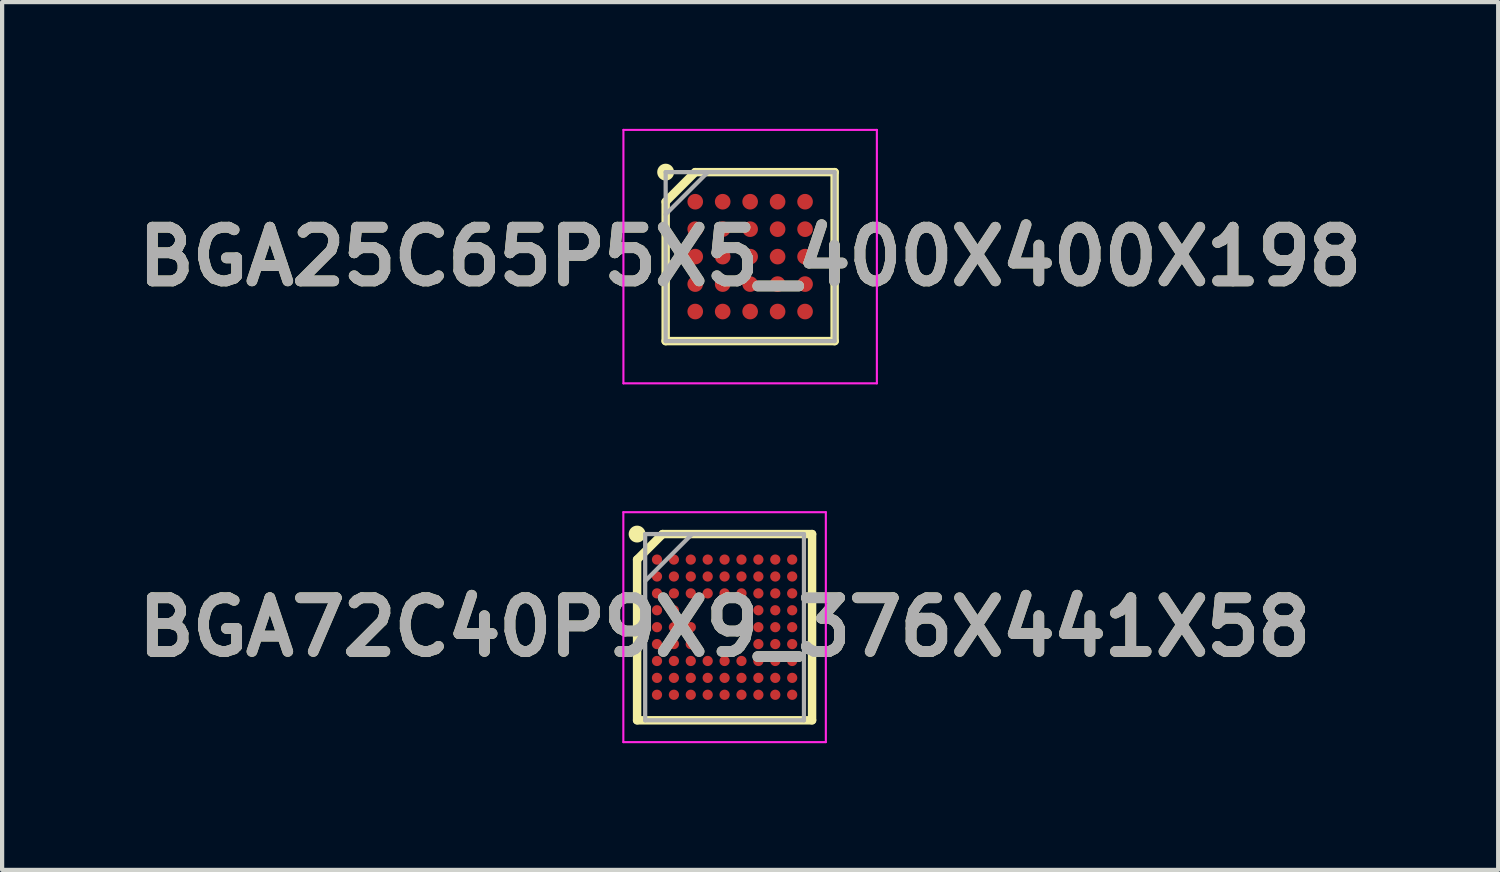
<source format=kicad_pcb>
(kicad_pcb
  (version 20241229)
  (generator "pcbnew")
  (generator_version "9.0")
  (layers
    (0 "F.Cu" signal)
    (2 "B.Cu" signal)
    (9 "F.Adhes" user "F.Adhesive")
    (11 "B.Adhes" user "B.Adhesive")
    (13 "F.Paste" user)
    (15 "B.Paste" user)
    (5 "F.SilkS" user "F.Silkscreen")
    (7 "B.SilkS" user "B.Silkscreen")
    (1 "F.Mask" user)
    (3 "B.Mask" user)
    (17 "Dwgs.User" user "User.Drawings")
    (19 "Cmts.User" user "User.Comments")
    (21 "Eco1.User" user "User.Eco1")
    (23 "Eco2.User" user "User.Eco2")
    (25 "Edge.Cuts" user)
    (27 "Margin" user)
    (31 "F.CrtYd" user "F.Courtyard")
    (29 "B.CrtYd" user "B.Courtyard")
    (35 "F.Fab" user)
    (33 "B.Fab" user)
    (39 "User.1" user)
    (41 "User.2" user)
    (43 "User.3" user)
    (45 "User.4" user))
  (footprint "BGA25C65P5X5_400X400X198"
    (layer "F.Cu")
    (at 14.708 3.025)
    (property "Reference" "BGA25C65P5X5_400X400X198" (at 0 0 0) (layer "F.SilkS") (effects (font (size 1.27 1.27) (thickness 0.254))))
    (attr smd)
    (fp_line (start -2 -1.3) (end -1.3 -2) (stroke (width 0.2) (type solid)) (layer "F.SilkS"))
    (fp_line (start -2 2) (end -2 -1.3) (stroke (width 0.2) (type solid)) (layer "F.SilkS"))
    (fp_line (start -1.3 -2) (end 2 -2) (stroke (width 0.2) (type solid)) (layer "F.SilkS"))
    (fp_line (start 2 -2) (end 2 2) (stroke (width 0.2) (type solid)) (layer "F.SilkS"))
    (fp_line (start 2 2) (end -2 2) (stroke (width 0.2) (type solid)) (layer "F.SilkS"))
    (fp_circle (center -2 -2) (end -2 -1.9) (stroke (width 0.2) (type solid)) (fill no) (layer "F.SilkS"))
    (fp_line (start -3 -3) (end 3 -3) (stroke (width 0.05) (type solid)) (layer "F.CrtYd"))
    (fp_line (start -3 3) (end -3 -3) (stroke (width 0.05) (type solid)) (layer "F.CrtYd"))
    (fp_line (start 3 -3) (end 3 3) (stroke (width 0.05) (type solid)) (layer "F.CrtYd"))
    (fp_line (start 3 3) (end -3 3) (stroke (width 0.05) (type solid)) (layer "F.CrtYd"))
    (fp_line (start -2 -2) (end 2 -2) (stroke (width 0.1) (type solid)) (layer "F.Fab"))
    (fp_line (start -2 -1) (end -1 -2) (stroke (width 0.1) (type solid)) (layer "F.Fab"))
    (fp_line (start -2 2) (end -2 -2) (stroke (width 0.1) (type solid)) (layer "F.Fab"))
    (fp_line (start 2 -2) (end 2 2) (stroke (width 0.1) (type solid)) (layer "F.Fab"))
    (fp_line (start 2 2) (end -2 2) (stroke (width 0.1) (type solid)) (layer "F.Fab"))
    (fp_text user "${REFERENCE}" (at 0 0 0) (layer "F.Fab") (effects (font (size 1.27 1.27) (thickness 0.254))))
    (pad "A1" smd circle (at -1.3 -1.3 90) (size 0.37 0.37) (layers "F.Cu" "F.Mask" "F.Paste"))
    (pad "A2" smd circle (at -0.65 -1.3 90) (size 0.37 0.37) (layers "F.Cu" "F.Mask" "F.Paste"))
    (pad "A3" smd circle (at 0 -1.3 90) (size 0.37 0.37) (layers "F.Cu" "F.Mask" "F.Paste"))
    (pad "A4" smd circle (at 0.65 -1.3 90) (size 0.37 0.37) (layers "F.Cu" "F.Mask" "F.Paste"))
    (pad "A5" smd circle (at 1.3 -1.3 90) (size 0.37 0.37) (layers "F.Cu" "F.Mask" "F.Paste"))
    (pad "B1" smd circle (at -1.3 -0.65 90) (size 0.37 0.37) (layers "F.Cu" "F.Mask" "F.Paste"))
    (pad "B2" smd circle (at -0.65 -0.65 90) (size 0.37 0.37) (layers "F.Cu" "F.Mask" "F.Paste"))
    (pad "B3" smd circle (at 0 -0.65 90) (size 0.37 0.37) (layers "F.Cu" "F.Mask" "F.Paste"))
    (pad "B4" smd circle (at 0.65 -0.65 90) (size 0.37 0.37) (layers "F.Cu" "F.Mask" "F.Paste"))
    (pad "B5" smd circle (at 1.3 -0.65 90) (size 0.37 0.37) (layers "F.Cu" "F.Mask" "F.Paste"))
    (pad "C1" smd circle (at -1.3 0 90) (size 0.37 0.37) (layers "F.Cu" "F.Mask" "F.Paste"))
    (pad "C2" smd circle (at -0.65 0 90) (size 0.37 0.37) (layers "F.Cu" "F.Mask" "F.Paste"))
    (pad "C3" smd circle (at 0 0 90) (size 0.37 0.37) (layers "F.Cu" "F.Mask" "F.Paste"))
    (pad "C4" smd circle (at 0.65 0 90) (size 0.37 0.37) (layers "F.Cu" "F.Mask" "F.Paste"))
    (pad "C5" smd circle (at 1.3 0 90) (size 0.37 0.37) (layers "F.Cu" "F.Mask" "F.Paste"))
    (pad "D1" smd circle (at -1.3 0.65 90) (size 0.37 0.37) (layers "F.Cu" "F.Mask" "F.Paste"))
    (pad "D2" smd circle (at -0.65 0.65 90) (size 0.37 0.37) (layers "F.Cu" "F.Mask" "F.Paste"))
    (pad "D3" smd circle (at 0 0.65 90) (size 0.37 0.37) (layers "F.Cu" "F.Mask" "F.Paste"))
    (pad "D4" smd circle (at 0.65 0.65 90) (size 0.37 0.37) (layers "F.Cu" "F.Mask" "F.Paste"))
    (pad "D5" smd circle (at 1.3 0.65 90) (size 0.37 0.37) (layers "F.Cu" "F.Mask" "F.Paste"))
    (pad "E1" smd circle (at -1.3 1.3 90) (size 0.37 0.37) (layers "F.Cu" "F.Mask" "F.Paste"))
    (pad "E2" smd circle (at -0.65 1.3 90) (size 0.37 0.37) (layers "F.Cu" "F.Mask" "F.Paste"))
    (pad "E3" smd circle (at 0 1.3 90) (size 0.37 0.37) (layers "F.Cu" "F.Mask" "F.Paste"))
    (pad "E4" smd circle (at 0.65 1.3 90) (size 0.37 0.37) (layers "F.Cu" "F.Mask" "F.Paste"))
    (pad "E5" smd circle (at 1.3 1.3 90) (size 0.37 0.37) (layers "F.Cu" "F.Mask" "F.Paste")))
  (footprint "BGA72C40P9X9_376X441X58"
    (layer "F.Cu")
    (at 14.103 11.797)
    (property "Reference" "BGA72C40P9X9_376X441X58" (at 0 0 0) (layer "F.SilkS") (effects (font (size 1.27 1.27) (thickness 0.254))))
    (attr smd)
    (fp_line (start -2.071 -1.6) (end -1.467 -2.204) (stroke (width 0.2) (type solid)) (layer "F.SilkS"))
    (fp_line (start -2.071 2.204) (end -2.071 -1.6) (stroke (width 0.2) (type solid)) (layer "F.SilkS"))
    (fp_line (start -1.467 -2.204) (end 2.071 -2.204) (stroke (width 0.2) (type solid)) (layer "F.SilkS"))
    (fp_line (start 2.071 -2.204) (end 2.071 2.204) (stroke (width 0.2) (type solid)) (layer "F.SilkS"))
    (fp_line (start 2.071 2.204) (end -2.071 2.204) (stroke (width 0.2) (type solid)) (layer "F.SilkS"))
    (fp_circle (center -2.071 -2.204) (end -2.071 -2.104) (stroke (width 0.2) (type solid)) (fill no) (layer "F.SilkS"))
    (fp_line (start -2.397 -2.722) (end 2.397 -2.722) (stroke (width 0.05) (type solid)) (layer "F.CrtYd"))
    (fp_line (start -2.397 2.721) (end -2.397 -2.722) (stroke (width 0.05) (type solid)) (layer "F.CrtYd"))
    (fp_line (start 2.397 -2.722) (end 2.397 2.721) (stroke (width 0.05) (type solid)) (layer "F.CrtYd"))
    (fp_line (start 2.397 2.721) (end -2.397 2.721) (stroke (width 0.05) (type solid)) (layer "F.CrtYd"))
    (fp_line (start -1.88 -2.204) (end 1.879 -2.204) (stroke (width 0.1) (type solid)) (layer "F.Fab"))
    (fp_line (start -1.88 -1.093) (end -0.769 -2.204) (stroke (width 0.1) (type solid)) (layer "F.Fab"))
    (fp_line (start -1.88 2.204) (end -1.88 -2.204) (stroke (width 0.1) (type solid)) (layer "F.Fab"))
    (fp_line (start 1.879 -2.204) (end 1.879 2.204) (stroke (width 0.1) (type solid)) (layer "F.Fab"))
    (fp_line (start 1.879 2.204) (end -1.88 2.204) (stroke (width 0.1) (type solid)) (layer "F.Fab"))
    (fp_text user "${REFERENCE}" (at 0 0 0) (layer "F.Fab") (effects (font (size 1.27 1.27) (thickness 0.254))))
    (pad "A1" smd circle (at -1.6 -1.6 90) (size 0.242 0.242) (layers "F.Cu" "F.Mask" "F.Paste"))
    (pad "A2" smd circle (at -1.2 -1.6 90) (size 0.242 0.242) (layers "F.Cu" "F.Mask" "F.Paste"))
    (pad "A3" smd circle (at -0.8 -1.6 90) (size 0.242 0.242) (layers "F.Cu" "F.Mask" "F.Paste"))
    (pad "A4" smd circle (at -0.4 -1.6 90) (size 0.242 0.242) (layers "F.Cu" "F.Mask" "F.Paste"))
    (pad "A5" smd circle (at 0 -1.6 90) (size 0.242 0.242) (layers "F.Cu" "F.Mask" "F.Paste"))
    (pad "A6" smd circle (at 0.4 -1.6 90) (size 0.242 0.242) (layers "F.Cu" "F.Mask" "F.Paste"))
    (pad "A7" smd circle (at 0.8 -1.6 90) (size 0.242 0.242) (layers "F.Cu" "F.Mask" "F.Paste"))
    (pad "A8" smd circle (at 1.2 -1.6 90) (size 0.242 0.242) (layers "F.Cu" "F.Mask" "F.Paste"))
    (pad "A9" smd circle (at 1.6 -1.6 90) (size 0.242 0.242) (layers "F.Cu" "F.Mask" "F.Paste"))
    (pad "B1" smd circle (at -1.6 -1.2 90) (size 0.242 0.242) (layers "F.Cu" "F.Mask" "F.Paste"))
    (pad "B2" smd circle (at -1.2 -1.2 90) (size 0.242 0.242) (layers "F.Cu" "F.Mask" "F.Paste"))
    (pad "B3" smd circle (at -0.8 -1.2 90) (size 0.242 0.242) (layers "F.Cu" "F.Mask" "F.Paste"))
    (pad "B4" smd circle (at -0.4 -1.2 90) (size 0.242 0.242) (layers "F.Cu" "F.Mask" "F.Paste"))
    (pad "B5" smd circle (at 0 -1.2 90) (size 0.242 0.242) (layers "F.Cu" "F.Mask" "F.Paste"))
    (pad "B6" smd circle (at 0.4 -1.2 90) (size 0.242 0.242) (layers "F.Cu" "F.Mask" "F.Paste"))
    (pad "B7" smd circle (at 0.8 -1.2 90) (size 0.242 0.242) (layers "F.Cu" "F.Mask" "F.Paste"))
    (pad "B8" smd circle (at 1.2 -1.2 90) (size 0.242 0.242) (layers "F.Cu" "F.Mask" "F.Paste"))
    (pad "B9" smd circle (at 1.6 -1.2 90) (size 0.242 0.242) (layers "F.Cu" "F.Mask" "F.Paste"))
    (pad "C1" smd circle (at -1.6 -0.8 90) (size 0.242 0.242) (layers "F.Cu" "F.Mask" "F.Paste"))
    (pad "C2" smd circle (at -1.2 -0.8 90) (size 0.242 0.242) (layers "F.Cu" "F.Mask" "F.Paste"))
    (pad "C3" smd circle (at -0.8 -0.8 90) (size 0.242 0.242) (layers "F.Cu" "F.Mask" "F.Paste"))
    (pad "C4" smd circle (at -0.4 -0.8 90) (size 0.242 0.242) (layers "F.Cu" "F.Mask" "F.Paste"))
    (pad "C5" smd circle (at 0 -0.8 90) (size 0.242 0.242) (layers "F.Cu" "F.Mask" "F.Paste"))
    (pad "C6" smd circle (at 0.4 -0.8 90) (size 0.242 0.242) (layers "F.Cu" "F.Mask" "F.Paste"))
    (pad "C7" smd circle (at 0.8 -0.8 90) (size 0.242 0.242) (layers "F.Cu" "F.Mask" "F.Paste"))
    (pad "C8" smd circle (at 1.2 -0.8 90) (size 0.242 0.242) (layers "F.Cu" "F.Mask" "F.Paste"))
    (pad "C9" smd circle (at 1.6 -0.8 90) (size 0.242 0.242) (layers "F.Cu" "F.Mask" "F.Paste"))
    (pad "D1" smd circle (at -1.6 -0.4 90) (size 0.242 0.242) (layers "F.Cu" "F.Mask" "F.Paste"))
    (pad "D2" smd circle (at -1.2 -0.4 90) (size 0.242 0.242) (layers "F.Cu" "F.Mask" "F.Paste"))
    (pad "D3" smd circle (at -0.8 -0.4 90) (size 0.242 0.242) (layers "F.Cu" "F.Mask" "F.Paste"))
    (pad "D7" smd circle (at 0.8 -0.4 90) (size 0.242 0.242) (layers "F.Cu" "F.Mask" "F.Paste"))
    (pad "D8" smd circle (at 1.2 -0.4 90) (size 0.242 0.242) (layers "F.Cu" "F.Mask" "F.Paste"))
    (pad "D9" smd circle (at 1.6 -0.4 90) (size 0.242 0.242) (layers "F.Cu" "F.Mask" "F.Paste"))
    (pad "E1" smd circle (at -1.6 0 90) (size 0.242 0.242) (layers "F.Cu" "F.Mask" "F.Paste"))
    (pad "E2" smd circle (at -1.2 0 90) (size 0.242 0.242) (layers "F.Cu" "F.Mask" "F.Paste"))
    (pad "E3" smd circle (at -0.8 0 90) (size 0.242 0.242) (layers "F.Cu" "F.Mask" "F.Paste"))
    (pad "E7" smd circle (at 0.8 0 90) (size 0.242 0.242) (layers "F.Cu" "F.Mask" "F.Paste"))
    (pad "E8" smd circle (at 1.2 0 90) (size 0.242 0.242) (layers "F.Cu" "F.Mask" "F.Paste"))
    (pad "E9" smd circle (at 1.6 0 90) (size 0.242 0.242) (layers "F.Cu" "F.Mask" "F.Paste"))
    (pad "F1" smd circle (at -1.6 0.4 90) (size 0.242 0.242) (layers "F.Cu" "F.Mask" "F.Paste"))
    (pad "F2" smd circle (at -1.2 0.4 90) (size 0.242 0.242) (layers "F.Cu" "F.Mask" "F.Paste"))
    (pad "F3" smd circle (at -0.8 0.4 90) (size 0.242 0.242) (layers "F.Cu" "F.Mask" "F.Paste"))
    (pad "F7" smd circle (at 0.8 0.4 90) (size 0.242 0.242) (layers "F.Cu" "F.Mask" "F.Paste"))
    (pad "F8" smd circle (at 1.2 0.4 90) (size 0.242 0.242) (layers "F.Cu" "F.Mask" "F.Paste"))
    (pad "F9" smd circle (at 1.6 0.4 90) (size 0.242 0.242) (layers "F.Cu" "F.Mask" "F.Paste"))
    (pad "G1" smd circle (at -1.6 0.8 90) (size 0.242 0.242) (layers "F.Cu" "F.Mask" "F.Paste"))
    (pad "G2" smd circle (at -1.2 0.8 90) (size 0.242 0.242) (layers "F.Cu" "F.Mask" "F.Paste"))
    (pad "G3" smd circle (at -0.8 0.8 90) (size 0.242 0.242) (layers "F.Cu" "F.Mask" "F.Paste"))
    (pad "G4" smd circle (at -0.4 0.8 90) (size 0.242 0.242) (layers "F.Cu" "F.Mask" "F.Paste"))
    (pad "G5" smd circle (at 0 0.8 90) (size 0.242 0.242) (layers "F.Cu" "F.Mask" "F.Paste"))
    (pad "G6" smd circle (at 0.4 0.8 90) (size 0.242 0.242) (layers "F.Cu" "F.Mask" "F.Paste"))
    (pad "G7" smd circle (at 0.8 0.8 90) (size 0.242 0.242) (layers "F.Cu" "F.Mask" "F.Paste"))
    (pad "G8" smd circle (at 1.2 0.8 90) (size 0.242 0.242) (layers "F.Cu" "F.Mask" "F.Paste"))
    (pad "G9" smd circle (at 1.6 0.8 90) (size 0.242 0.242) (layers "F.Cu" "F.Mask" "F.Paste"))
    (pad "H1" smd circle (at -1.6 1.2 90) (size 0.242 0.242) (layers "F.Cu" "F.Mask" "F.Paste"))
    (pad "H2" smd circle (at -1.2 1.2 90) (size 0.242 0.242) (layers "F.Cu" "F.Mask" "F.Paste"))
    (pad "H3" smd circle (at -0.8 1.2 90) (size 0.242 0.242) (layers "F.Cu" "F.Mask" "F.Paste"))
    (pad "H4" smd circle (at -0.4 1.2 90) (size 0.242 0.242) (layers "F.Cu" "F.Mask" "F.Paste"))
    (pad "H5" smd circle (at 0 1.2 90) (size 0.242 0.242) (layers "F.Cu" "F.Mask" "F.Paste"))
    (pad "H6" smd circle (at 0.4 1.2 90) (size 0.242 0.242) (layers "F.Cu" "F.Mask" "F.Paste"))
    (pad "H7" smd circle (at 0.8 1.2 90) (size 0.242 0.242) (layers "F.Cu" "F.Mask" "F.Paste"))
    (pad "H8" smd circle (at 1.2 1.2 90) (size 0.242 0.242) (layers "F.Cu" "F.Mask" "F.Paste"))
    (pad "H9" smd circle (at 1.6 1.2 90) (size 0.242 0.242) (layers "F.Cu" "F.Mask" "F.Paste"))
    (pad "J1" smd circle (at -1.6 1.6 90) (size 0.242 0.242) (layers "F.Cu" "F.Mask" "F.Paste"))
    (pad "J2" smd circle (at -1.2 1.6 90) (size 0.242 0.242) (layers "F.Cu" "F.Mask" "F.Paste"))
    (pad "J3" smd circle (at -0.8 1.6 90) (size 0.242 0.242) (layers "F.Cu" "F.Mask" "F.Paste"))
    (pad "J4" smd circle (at -0.4 1.6 90) (size 0.242 0.242) (layers "F.Cu" "F.Mask" "F.Paste"))
    (pad "J5" smd circle (at 0 1.6 90) (size 0.242 0.242) (layers "F.Cu" "F.Mask" "F.Paste"))
    (pad "J6" smd circle (at 0.4 1.6 90) (size 0.242 0.242) (layers "F.Cu" "F.Mask" "F.Paste"))
    (pad "J7" smd circle (at 0.8 1.6 90) (size 0.242 0.242) (layers "F.Cu" "F.Mask" "F.Paste"))
    (pad "J8" smd circle (at 1.2 1.6 90) (size 0.242 0.242) (layers "F.Cu" "F.Mask" "F.Paste"))
    (pad "J9" smd circle (at 1.6 1.6 90) (size 0.242 0.242) (layers "F.Cu" "F.Mask" "F.Paste")))
  (gr_rect
    (start -3 -3)
    (end 32.416 17.543)
    (stroke (width 0.1) (type default))
    (fill no)
    (layer "Edge.Cuts")))
</source>
